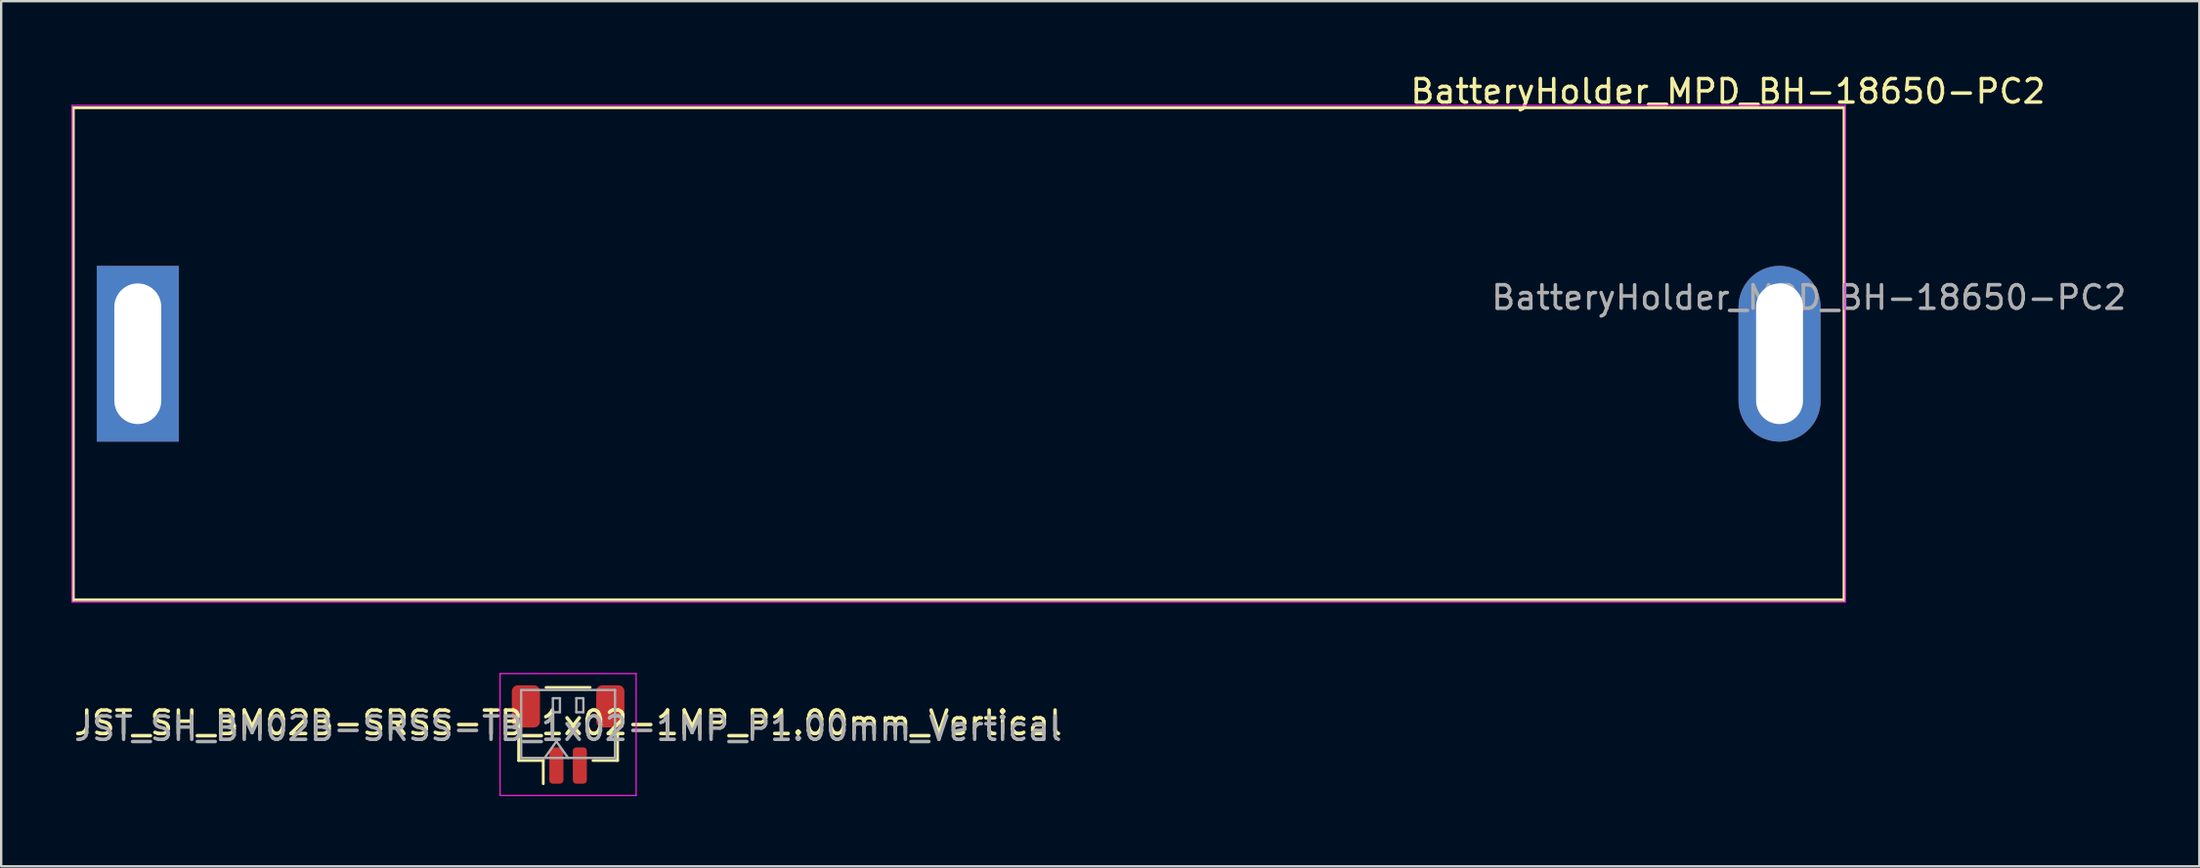
<source format=kicad_pcb>
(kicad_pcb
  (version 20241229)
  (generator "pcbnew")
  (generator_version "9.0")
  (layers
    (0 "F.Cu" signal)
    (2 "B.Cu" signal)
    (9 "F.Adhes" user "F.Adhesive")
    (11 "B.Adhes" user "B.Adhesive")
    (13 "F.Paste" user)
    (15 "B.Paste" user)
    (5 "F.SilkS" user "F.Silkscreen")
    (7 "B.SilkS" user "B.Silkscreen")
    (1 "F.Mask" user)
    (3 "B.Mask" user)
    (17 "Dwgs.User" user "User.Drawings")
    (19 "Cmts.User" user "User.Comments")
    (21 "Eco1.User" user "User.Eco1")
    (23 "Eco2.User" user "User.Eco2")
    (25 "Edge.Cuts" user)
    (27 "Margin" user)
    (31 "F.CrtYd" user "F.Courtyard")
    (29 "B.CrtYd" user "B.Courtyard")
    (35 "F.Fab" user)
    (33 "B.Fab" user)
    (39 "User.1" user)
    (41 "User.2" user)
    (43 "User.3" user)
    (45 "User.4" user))
  (footprint "JST_SH_BM02B-SRSS-TB_1x02-1MP_P1.00mm_Vertical"
    (layer "F.Cu")
    (at 21.173 28.298)
    (property "Reference" "JST_SH_BM02B-SRSS-TB_1x02-1MP_P1.00mm_Vertical" (at 0 -0.5 0) (layer "F.SilkS") (effects (font (size 1 1) (thickness 0.15))))
    (attr smd)
    (fp_line (start -2.11 -0.04) (end -2.11 1.11) (stroke (width 0.12) (type solid)) (layer "F.SilkS"))
    (fp_line (start -2.11 1.11) (end -1.06 1.11) (stroke (width 0.12) (type solid)) (layer "F.SilkS"))
    (fp_line (start -1.06 1.11) (end -1.06 2.1) (stroke (width 0.12) (type solid)) (layer "F.SilkS"))
    (fp_line (start -0.94 -2.01) (end 0.94 -2.01) (stroke (width 0.12) (type solid)) (layer "F.SilkS"))
    (fp_line (start 2.11 -0.04) (end 2.11 1.11) (stroke (width 0.12) (type solid)) (layer "F.SilkS"))
    (fp_line (start 2.11 1.11) (end 1.06 1.11) (stroke (width 0.12) (type solid)) (layer "F.SilkS"))
    (fp_line (start -2.9 -2.6) (end -2.9 2.6) (stroke (width 0.05) (type solid)) (layer "F.CrtYd"))
    (fp_line (start -2.9 2.6) (end 2.9 2.6) (stroke (width 0.05) (type solid)) (layer "F.CrtYd"))
    (fp_line (start 2.9 -2.6) (end -2.9 -2.6) (stroke (width 0.05) (type solid)) (layer "F.CrtYd"))
    (fp_line (start 2.9 2.6) (end 2.9 -2.6) (stroke (width 0.05) (type solid)) (layer "F.CrtYd"))
    (fp_line (start -2 -1.9) (end 2 -1.9) (stroke (width 0.1) (type solid)) (layer "F.Fab"))
    (fp_line (start -2 1) (end -2 -1.9) (stroke (width 0.1) (type solid)) (layer "F.Fab"))
    (fp_line (start -2 1) (end 2 1) (stroke (width 0.1) (type solid)) (layer "F.Fab"))
    (fp_line (start -1 1) (end -0.5 0.293) (stroke (width 0.1) (type solid)) (layer "F.Fab"))
    (fp_line (start -0.65 -1.55) (end -0.65 -0.95) (stroke (width 0.1) (type solid)) (layer "F.Fab"))
    (fp_line (start -0.65 -0.95) (end -0.35 -0.95) (stroke (width 0.1) (type solid)) (layer "F.Fab"))
    (fp_line (start -0.5 0.293) (end 0 1) (stroke (width 0.1) (type solid)) (layer "F.Fab"))
    (fp_line (start -0.35 -1.55) (end -0.65 -1.55) (stroke (width 0.1) (type solid)) (layer "F.Fab"))
    (fp_line (start -0.35 -0.95) (end -0.35 -1.55) (stroke (width 0.1) (type solid)) (layer "F.Fab"))
    (fp_line (start 0.35 -1.55) (end 0.35 -0.95) (stroke (width 0.1) (type solid)) (layer "F.Fab"))
    (fp_line (start 0.35 -0.95) (end 0.65 -0.95) (stroke (width 0.1) (type solid)) (layer "F.Fab"))
    (fp_line (start 0.65 -1.55) (end 0.35 -1.55) (stroke (width 0.1) (type solid)) (layer "F.Fab"))
    (fp_line (start 0.65 -0.95) (end 0.65 -1.55) (stroke (width 0.1) (type solid)) (layer "F.Fab"))
    (fp_line (start 2 1) (end 2 -1.9) (stroke (width 0.1) (type solid)) (layer "F.Fab"))
    (fp_text user "${REFERENCE}" (at 0 -0.25 0) (layer "F.Fab") (effects (font (size 1 1) (thickness 0.15))))
    (pad "1" smd roundrect (at -0.5 1.325 180) (size 0.6 1.55) (layers "F.Cu" "F.Mask" "F.Paste") (roundrect_rratio 0.25))
    (pad "2" smd roundrect (at 0.5 1.325 180) (size 0.6 1.55) (layers "F.Cu" "F.Mask" "F.Paste") (roundrect_rratio 0.25))
    (pad "MP" smd roundrect (at -1.8 -1.2 180) (size 1.2 1.8) (layers "F.Cu" "F.Mask" "F.Paste") (roundrect_rratio 0.208))
    (pad "MP" smd roundrect (at 1.8 -1.2 180) (size 1.2 1.8) (layers "F.Cu" "F.Mask" "F.Paste") (roundrect_rratio 0.208)))
  (footprint "BatteryHolder_MPD_BH-18650-PC2"
    (layer "F.Cu")
    (at 37.825 12.048)
    (property "Reference" "BatteryHolder_MPD_BH-18650-PC2" (at 32.8 -11.2 0) (layer "F.SilkS") (effects (font (size 1 1) (thickness 0.15))))
    (attr through_hole)
    (fp_line (start -37.75 -10.5) (end 37.75 -10.5) (stroke (width 0.12) (type solid)) (layer "F.SilkS"))
    (fp_line (start -37.75 10.5) (end -37.75 -10.5) (stroke (width 0.12) (type solid)) (layer "F.SilkS"))
    (fp_line (start 37.75 -10.5) (end 37.75 10.5) (stroke (width 0.12) (type solid)) (layer "F.SilkS"))
    (fp_line (start 37.75 10.5) (end -37.75 10.5) (stroke (width 0.12) (type solid)) (layer "F.SilkS"))
    (fp_line (start -37.8 -10.6) (end 37.8 -10.6) (stroke (width 0.05) (type solid)) (layer "F.CrtYd"))
    (fp_line (start -37.8 10.6) (end -37.8 -10.6) (stroke (width 0.05) (type solid)) (layer "F.CrtYd"))
    (fp_line (start -37.8 10.6) (end 37.8 10.6) (stroke (width 0.05) (type solid)) (layer "F.CrtYd"))
    (fp_line (start 37.8 -10.6) (end 37.8 10.6) (stroke (width 0.05) (type solid)) (layer "F.CrtYd"))
    (fp_text user "${REFERENCE}" (at 36.25 -2.4 0) (layer "F.Fab") (effects (font (size 1 1) (thickness 0.15))))
    (pad "1" thru_hole rect (at -35 0 180) (size 3.5 7.5) (drill oval 2 6) (layers "*.Cu" "*.Mask"))
    (pad "2" thru_hole oval (at 35 0 180) (size 3.5 7.5) (drill oval 2 6) (layers "*.Cu" "*.Mask")))
  (gr_rect
    (start -3 -3)
    (end 90.724 33.923)
    (stroke (width 0.1) (type default))
    (fill no)
    (layer "Edge.Cuts")))
</source>
